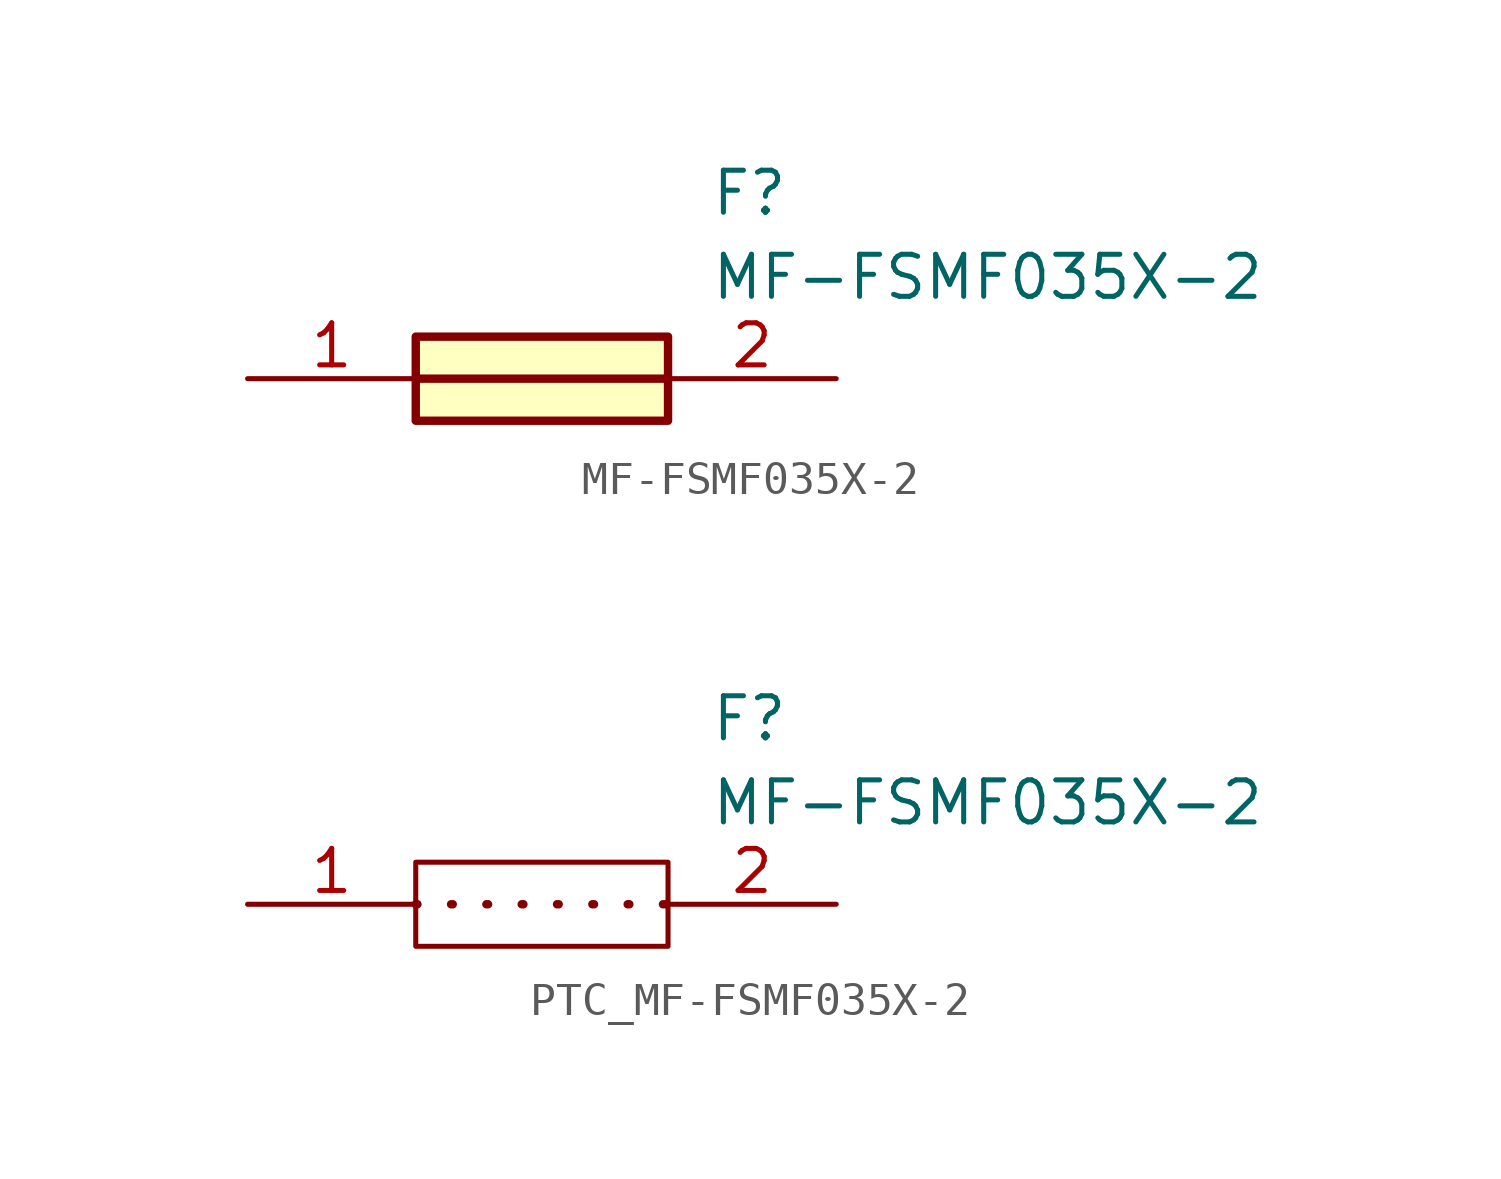
<source format=kicad_sym>
(kicad_symbol_lib
  (version 20220914)
  (generator kicad_symbol_editor)
  (symbol "MF-FSMF035X-2"
    (pin_names hide)
    (property "Reference" "F"
      (at 13.97 6.35 0)
      (effects (font (size 1.27 1.27)) (justify left top)))
    (property "Value" "MF-FSMF035X-2"
      (at 13.97 3.81 0)
      (effects (font (size 1.27 1.27)) (justify left top)))
    (symbol "MF-FSMF035X-2_1_1"
      (polyline (pts (xy 5.08 0) (xy 12.7 0)) (stroke (width 0.254) (type default)) (fill (type none)))
      (rectangle (start 5.08 1.27) (end 12.7 -1.27) (stroke (width 0.254) (type default)) (fill (type background)))
      (pin passive line (at 0 0 0) (length 5.08) (name "1" (effects (font (size 1.27 1.27)))) (number "1" (effects (font (size 1.27 1.27)))))
      (pin passive line (at 17.78 0 180) (length 5.08) (name "2" (effects (font (size 1.27 1.27)))) (number "2" (effects (font (size 1.27 1.27)))))))
  (symbol "PTC_MF-FSMF035X-2"
    (pin_names hide)
    (property "Reference" "F"
      (at 8.89 5.08 0)
      (effects (font (size 1.27 1.27)) (justify left top)))
    (property "Value" "MF-FSMF035X-2"
      (at 8.89 2.54 0)
      (effects (font (size 1.27 1.27)) (justify left top)))
    (symbol "PTC_MF-FSMF035X-2_0_1"
      (rectangle (start 0 0) (end 7.62 -2.54) (stroke (width 0) (type default)) (fill (type none))))
    (symbol "PTC_MF-FSMF035X-2_1_1"
      (polyline (pts (xy 0 -1.27) (xy 7.62 -1.27)) (stroke (width 0.254) (type dot)) (fill (type none)))
      (pin passive line (at -5.08 -1.27 0) (length 5.08) (name "1" (effects (font (size 1.27 1.27)))) (number "1" (effects (font (size 1.27 1.27)))))
      (pin passive line (at 12.7 -1.27 180) (length 5.08) (name "2" (effects (font (size 1.27 1.27)))) (number "2" (effects (font (size 1.27 1.27))))))))
</source>
